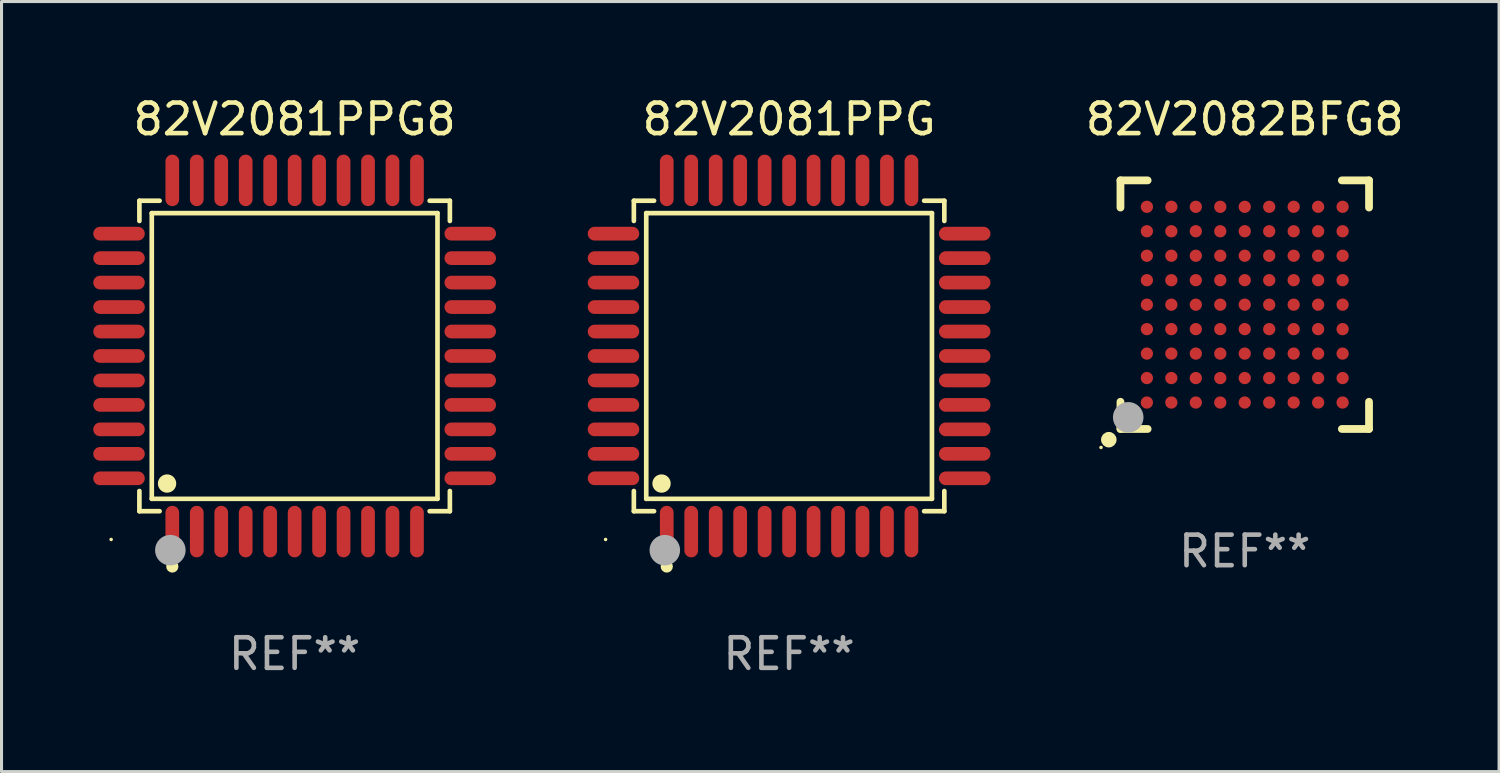
<source format=kicad_pcb>
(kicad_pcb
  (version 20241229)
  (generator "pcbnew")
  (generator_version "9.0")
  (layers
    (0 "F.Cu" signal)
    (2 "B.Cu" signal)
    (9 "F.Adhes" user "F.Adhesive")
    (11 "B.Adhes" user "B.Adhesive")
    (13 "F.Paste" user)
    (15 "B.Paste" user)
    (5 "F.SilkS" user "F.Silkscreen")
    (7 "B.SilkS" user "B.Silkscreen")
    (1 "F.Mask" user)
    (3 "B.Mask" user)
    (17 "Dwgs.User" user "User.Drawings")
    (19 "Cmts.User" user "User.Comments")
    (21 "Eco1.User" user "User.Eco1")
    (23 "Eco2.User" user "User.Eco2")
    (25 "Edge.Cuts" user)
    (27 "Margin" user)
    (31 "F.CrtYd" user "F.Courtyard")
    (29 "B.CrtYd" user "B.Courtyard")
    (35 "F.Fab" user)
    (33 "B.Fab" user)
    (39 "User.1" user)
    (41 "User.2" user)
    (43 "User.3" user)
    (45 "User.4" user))
  (footprint "82V2081PPG"
    (layer "F.Cu")
    (at 22.752 8.59)
    (property "Reference" "82V2081PPG" (at 0 -7.742 0) (layer "F.SilkS") (effects (font (size 1 1) (thickness 0.15))))
    (attr through_hole)
    (fp_line (start -5.076 -5.076) (end -4.415 -5.076) (stroke (width 0.152) (type solid)) (layer "F.SilkS"))
    (fp_line (start -5.076 -4.415) (end -5.076 -5.076) (stroke (width 0.152) (type solid)) (layer "F.SilkS"))
    (fp_line (start -5.076 4.415) (end -5.076 5.076) (stroke (width 0.152) (type solid)) (layer "F.SilkS"))
    (fp_line (start -5.076 5.076) (end -4.415 5.076) (stroke (width 0.152) (type solid)) (layer "F.SilkS"))
    (fp_line (start -4.671 -4.671) (end 4.671 -4.671) (stroke (width 0.152) (type solid)) (layer "F.SilkS"))
    (fp_line (start -4.671 4.671) (end -4.671 -4.671) (stroke (width 0.152) (type solid)) (layer "F.SilkS"))
    (fp_line (start 4.671 -4.671) (end 4.671 4.671) (stroke (width 0.152) (type solid)) (layer "F.SilkS"))
    (fp_line (start 4.671 4.671) (end -4.671 4.671) (stroke (width 0.152) (type solid)) (layer "F.SilkS"))
    (fp_line (start 5.076 -5.076) (end 4.415 -5.076) (stroke (width 0.152) (type solid)) (layer "F.SilkS"))
    (fp_line (start 5.076 -4.415) (end 5.076 -5.076) (stroke (width 0.152) (type solid)) (layer "F.SilkS"))
    (fp_line (start 5.076 4.415) (end 5.076 5.076) (stroke (width 0.152) (type solid)) (layer "F.SilkS"))
    (fp_line (start 5.076 5.076) (end 4.415 5.076) (stroke (width 0.152) (type solid)) (layer "F.SilkS"))
    (fp_circle (center -6 6) (end -5.97 6) (stroke (width 0.06) (type solid)) (fill no) (layer "F.SilkS"))
    (fp_circle (center -4.171 4.171) (end -4.021 4.171) (stroke (width 0.3) (type solid)) (fill no) (layer "F.SilkS"))
    (fp_circle (center -4 6.884) (end -3.9 6.884) (stroke (width 0.2) (type solid)) (fill no) (layer "F.SilkS"))
    (fp_circle (center -4.064 6.35) (end -3.814 6.35) (stroke (width 0.5) (type solid)) (fill no) (layer "F.Fab"))
    (fp_text user "REF**" (at 0 9.742 0) (layer "F.Fab") (effects (font (size 1 1) (thickness 0.15))))
    (pad "1" smd oval (at -4 5.742) (size 0.448 1.684) (layers "F.Cu" "F.Mask" "F.Paste"))
    (pad "2" smd oval (at -3.2 5.742) (size 0.448 1.684) (layers "F.Cu" "F.Mask" "F.Paste"))
    (pad "3" smd oval (at -2.4 5.742) (size 0.448 1.684) (layers "F.Cu" "F.Mask" "F.Paste"))
    (pad "4" smd oval (at -1.6 5.742) (size 0.448 1.684) (layers "F.Cu" "F.Mask" "F.Paste"))
    (pad "5" smd oval (at -0.8 5.742) (size 0.448 1.684) (layers "F.Cu" "F.Mask" "F.Paste"))
    (pad "6" smd oval (at 0 5.742) (size 0.448 1.684) (layers "F.Cu" "F.Mask" "F.Paste"))
    (pad "7" smd oval (at 0.8 5.742) (size 0.448 1.684) (layers "F.Cu" "F.Mask" "F.Paste"))
    (pad "8" smd oval (at 1.6 5.742) (size 0.448 1.684) (layers "F.Cu" "F.Mask" "F.Paste"))
    (pad "9" smd oval (at 2.4 5.742) (size 0.448 1.684) (layers "F.Cu" "F.Mask" "F.Paste"))
    (pad "10" smd oval (at 3.2 5.742) (size 0.448 1.684) (layers "F.Cu" "F.Mask" "F.Paste"))
    (pad "11" smd oval (at 4 5.742) (size 0.448 1.684) (layers "F.Cu" "F.Mask" "F.Paste"))
    (pad "12" smd oval (at 5.742 4) (size 1.684 0.448) (layers "F.Cu" "F.Mask" "F.Paste"))
    (pad "13" smd oval (at 5.742 3.2) (size 1.684 0.448) (layers "F.Cu" "F.Mask" "F.Paste"))
    (pad "14" smd oval (at 5.742 2.4) (size 1.684 0.448) (layers "F.Cu" "F.Mask" "F.Paste"))
    (pad "15" smd oval (at 5.742 1.6) (size 1.684 0.448) (layers "F.Cu" "F.Mask" "F.Paste"))
    (pad "16" smd oval (at 5.742 0.8) (size 1.684 0.448) (layers "F.Cu" "F.Mask" "F.Paste"))
    (pad "17" smd oval (at 5.742 0) (size 1.684 0.448) (layers "F.Cu" "F.Mask" "F.Paste"))
    (pad "18" smd oval (at 5.742 -0.8) (size 1.684 0.448) (layers "F.Cu" "F.Mask" "F.Paste"))
    (pad "19" smd oval (at 5.742 -1.6) (size 1.684 0.448) (layers "F.Cu" "F.Mask" "F.Paste"))
    (pad "20" smd oval (at 5.742 -2.4) (size 1.684 0.448) (layers "F.Cu" "F.Mask" "F.Paste"))
    (pad "21" smd oval (at 5.742 -3.2) (size 1.684 0.448) (layers "F.Cu" "F.Mask" "F.Paste"))
    (pad "22" smd oval (at 5.742 -4) (size 1.684 0.448) (layers "F.Cu" "F.Mask" "F.Paste"))
    (pad "23" smd oval (at 4 -5.742) (size 0.448 1.684) (layers "F.Cu" "F.Mask" "F.Paste"))
    (pad "24" smd oval (at 3.2 -5.742) (size 0.448 1.684) (layers "F.Cu" "F.Mask" "F.Paste"))
    (pad "25" smd oval (at 2.4 -5.742) (size 0.448 1.684) (layers "F.Cu" "F.Mask" "F.Paste"))
    (pad "26" smd oval (at 1.6 -5.742) (size 0.448 1.684) (layers "F.Cu" "F.Mask" "F.Paste"))
    (pad "27" smd oval (at 0.8 -5.742) (size 0.448 1.684) (layers "F.Cu" "F.Mask" "F.Paste"))
    (pad "28" smd oval (at 0 -5.742) (size 0.448 1.684) (layers "F.Cu" "F.Mask" "F.Paste"))
    (pad "29" smd oval (at -0.8 -5.742) (size 0.448 1.684) (layers "F.Cu" "F.Mask" "F.Paste"))
    (pad "30" smd oval (at -1.6 -5.742) (size 0.448 1.684) (layers "F.Cu" "F.Mask" "F.Paste"))
    (pad "31" smd oval (at -2.4 -5.742) (size 0.448 1.684) (layers "F.Cu" "F.Mask" "F.Paste"))
    (pad "32" smd oval (at -3.2 -5.742) (size 0.448 1.684) (layers "F.Cu" "F.Mask" "F.Paste"))
    (pad "33" smd oval (at -4 -5.742) (size 0.448 1.684) (layers "F.Cu" "F.Mask" "F.Paste"))
    (pad "34" smd oval (at -5.742 -4) (size 1.684 0.448) (layers "F.Cu" "F.Mask" "F.Paste"))
    (pad "35" smd oval (at -5.742 -3.2) (size 1.684 0.448) (layers "F.Cu" "F.Mask" "F.Paste"))
    (pad "36" smd oval (at -5.742 -2.4) (size 1.684 0.448) (layers "F.Cu" "F.Mask" "F.Paste"))
    (pad "37" smd oval (at -5.742 -1.6) (size 1.684 0.448) (layers "F.Cu" "F.Mask" "F.Paste"))
    (pad "38" smd oval (at -5.742 -0.8) (size 1.684 0.448) (layers "F.Cu" "F.Mask" "F.Paste"))
    (pad "39" smd oval (at -5.742 0) (size 1.684 0.448) (layers "F.Cu" "F.Mask" "F.Paste"))
    (pad "40" smd oval (at -5.742 0.8) (size 1.684 0.448) (layers "F.Cu" "F.Mask" "F.Paste"))
    (pad "41" smd oval (at -5.742 1.6) (size 1.684 0.448) (layers "F.Cu" "F.Mask" "F.Paste"))
    (pad "42" smd oval (at -5.742 2.4) (size 1.684 0.448) (layers "F.Cu" "F.Mask" "F.Paste"))
    (pad "43" smd oval (at -5.742 3.2) (size 1.684 0.448) (layers "F.Cu" "F.Mask" "F.Paste"))
    (pad "44" smd oval (at -5.742 4) (size 1.684 0.448) (layers "F.Cu" "F.Mask" "F.Paste")))
  (footprint "82V2082BFG8"
    (layer "F.Cu")
    (at 37.651 6.912)
    (property "Reference" "82V2082BFG8" (at 0 -6.064 0) (layer "F.SilkS") (effects (font (size 1 1) (thickness 0.15))))
    (attr through_hole)
    (fp_line (start -4.064 -4.064) (end -4.064 -3.175) (stroke (width 0.254) (type solid)) (layer "F.SilkS"))
    (fp_line (start -4.064 3.175) (end -4.064 4.064) (stroke (width 0.254) (type solid)) (layer "F.SilkS"))
    (fp_line (start -4.064 4.064) (end -3.175 4.064) (stroke (width 0.254) (type solid)) (layer "F.SilkS"))
    (fp_line (start -3.175 -4.064) (end -4.064 -4.064) (stroke (width 0.254) (type solid)) (layer "F.SilkS"))
    (fp_line (start 3.175 4.064) (end 4.064 4.064) (stroke (width 0.254) (type solid)) (layer "F.SilkS"))
    (fp_line (start 4.064 -4.064) (end 3.175 -4.064) (stroke (width 0.254) (type solid)) (layer "F.SilkS"))
    (fp_line (start 4.064 -3.175) (end 4.064 -4.064) (stroke (width 0.254) (type solid)) (layer "F.SilkS"))
    (fp_line (start 4.064 4.064) (end 4.064 3.175) (stroke (width 0.254) (type solid)) (layer "F.SilkS"))
    (fp_circle (center -4.699 4.669) (end -4.669 4.669) (stroke (width 0.06) (type solid)) (fill no) (layer "F.SilkS"))
    (fp_circle (center -4.445 4.415) (end -4.318 4.415) (stroke (width 0.254) (type solid)) (fill no) (layer "F.SilkS"))
    (fp_circle (center -3.81 3.683) (end -3.56 3.683) (stroke (width 0.5) (type solid)) (fill no) (layer "F.Fab"))
    (fp_text user "REF**" (at 0 8.064 0) (layer "F.Fab") (effects (font (size 1 1) (thickness 0.15))))
    (pad "A1" smd circle (at -3.2 3.2) (size 0.4 0.4) (layers "F.Cu" "F.Mask" "F.Paste"))
    (pad "A2" smd circle (at -2.4 3.2) (size 0.4 0.4) (layers "F.Cu" "F.Mask" "F.Paste"))
    (pad "A3" smd circle (at -1.6 3.2) (size 0.4 0.4) (layers "F.Cu" "F.Mask" "F.Paste"))
    (pad "A4" smd circle (at -0.8 3.2) (size 0.4 0.4) (layers "F.Cu" "F.Mask" "F.Paste"))
    (pad "A5" smd circle (at -0.000102 3.2) (size 0.4 0.4) (layers "F.Cu" "F.Mask" "F.Paste"))
    (pad "A6" smd circle (at 0.8 3.2) (size 0.4 0.4) (layers "F.Cu" "F.Mask" "F.Paste"))
    (pad "A7" smd circle (at 1.6 3.2) (size 0.4 0.4) (layers "F.Cu" "F.Mask" "F.Paste"))
    (pad "A8" smd circle (at 2.4 3.2) (size 0.4 0.4) (layers "F.Cu" "F.Mask" "F.Paste"))
    (pad "A9" smd circle (at 3.2 3.2) (size 0.4 0.4) (layers "F.Cu" "F.Mask" "F.Paste"))
    (pad "B1" smd circle (at -3.2 2.4) (size 0.4 0.4) (layers "F.Cu" "F.Mask" "F.Paste"))
    (pad "B2" smd circle (at -2.4 2.4) (size 0.4 0.4) (layers "F.Cu" "F.Mask" "F.Paste"))
    (pad "B3" smd circle (at -1.6 2.4) (size 0.4 0.4) (layers "F.Cu" "F.Mask" "F.Paste"))
    (pad "B4" smd circle (at -0.8 2.4) (size 0.4 0.4) (layers "F.Cu" "F.Mask" "F.Paste"))
    (pad "B5" smd circle (at -0.000102 2.4) (size 0.4 0.4) (layers "F.Cu" "F.Mask" "F.Paste"))
    (pad "B6" smd circle (at 0.8 2.4) (size 0.4 0.4) (layers "F.Cu" "F.Mask" "F.Paste"))
    (pad "B7" smd circle (at 1.6 2.4) (size 0.4 0.4) (layers "F.Cu" "F.Mask" "F.Paste"))
    (pad "B8" smd circle (at 2.4 2.4) (size 0.4 0.4) (layers "F.Cu" "F.Mask" "F.Paste"))
    (pad "B9" smd circle (at 3.2 2.4) (size 0.4 0.4) (layers "F.Cu" "F.Mask" "F.Paste"))
    (pad "C1" smd circle (at -3.2 1.6) (size 0.4 0.4) (layers "F.Cu" "F.Mask" "F.Paste"))
    (pad "C2" smd circle (at -2.4 1.6) (size 0.4 0.4) (layers "F.Cu" "F.Mask" "F.Paste"))
    (pad "C3" smd circle (at -1.6 1.6) (size 0.4 0.4) (layers "F.Cu" "F.Mask" "F.Paste"))
    (pad "C4" smd circle (at -0.8 1.6) (size 0.4 0.4) (layers "F.Cu" "F.Mask" "F.Paste"))
    (pad "C5" smd circle (at -0.000102 1.6) (size 0.4 0.4) (layers "F.Cu" "F.Mask" "F.Paste"))
    (pad "C6" smd circle (at 0.8 1.6) (size 0.4 0.4) (layers "F.Cu" "F.Mask" "F.Paste"))
    (pad "C7" smd circle (at 1.6 1.6) (size 0.4 0.4) (layers "F.Cu" "F.Mask" "F.Paste"))
    (pad "C8" smd circle (at 2.4 1.6) (size 0.4 0.4) (layers "F.Cu" "F.Mask" "F.Paste"))
    (pad "C9" smd circle (at 3.2 1.6) (size 0.4 0.4) (layers "F.Cu" "F.Mask" "F.Paste"))
    (pad "D1" smd circle (at -3.2 0.8) (size 0.4 0.4) (layers "F.Cu" "F.Mask" "F.Paste"))
    (pad "D2" smd circle (at -2.4 0.8) (size 0.4 0.4) (layers "F.Cu" "F.Mask" "F.Paste"))
    (pad "D3" smd circle (at -1.6 0.8) (size 0.4 0.4) (layers "F.Cu" "F.Mask" "F.Paste"))
    (pad "D4" smd circle (at -0.8 0.8) (size 0.4 0.4) (layers "F.Cu" "F.Mask" "F.Paste"))
    (pad "D5" smd circle (at -0.000102 0.8) (size 0.4 0.4) (layers "F.Cu" "F.Mask" "F.Paste"))
    (pad "D6" smd circle (at 0.8 0.8) (size 0.4 0.4) (layers "F.Cu" "F.Mask" "F.Paste"))
    (pad "D7" smd circle (at 1.6 0.8) (size 0.4 0.4) (layers "F.Cu" "F.Mask" "F.Paste"))
    (pad "D8" smd circle (at 2.4 0.8) (size 0.4 0.4) (layers "F.Cu" "F.Mask" "F.Paste"))
    (pad "D9" smd circle (at 3.2 0.8) (size 0.4 0.4) (layers "F.Cu" "F.Mask" "F.Paste"))
    (pad "E1" smd circle (at -3.2 0.000102) (size 0.4 0.4) (layers "F.Cu" "F.Mask" "F.Paste"))
    (pad "E2" smd circle (at -2.4 0.000102) (size 0.4 0.4) (layers "F.Cu" "F.Mask" "F.Paste"))
    (pad "E3" smd circle (at -1.6 0.000102) (size 0.4 0.4) (layers "F.Cu" "F.Mask" "F.Paste"))
    (pad "E4" smd circle (at -0.8 0.000102) (size 0.4 0.4) (layers "F.Cu" "F.Mask" "F.Paste"))
    (pad "E5" smd circle (at -0.000102 0.000102) (size 0.4 0.4) (layers "F.Cu" "F.Mask" "F.Paste"))
    (pad "E6" smd circle (at 0.8 0.000102) (size 0.4 0.4) (layers "F.Cu" "F.Mask" "F.Paste"))
    (pad "E7" smd circle (at 1.6 0.000102) (size 0.4 0.4) (layers "F.Cu" "F.Mask" "F.Paste"))
    (pad "E8" smd circle (at 2.4 0.000102) (size 0.4 0.4) (layers "F.Cu" "F.Mask" "F.Paste"))
    (pad "E9" smd circle (at 3.2 0.000102) (size 0.4 0.4) (layers "F.Cu" "F.Mask" "F.Paste"))
    (pad "F1" smd circle (at -3.2 -0.8) (size 0.4 0.4) (layers "F.Cu" "F.Mask" "F.Paste"))
    (pad "F2" smd circle (at -2.4 -0.8) (size 0.4 0.4) (layers "F.Cu" "F.Mask" "F.Paste"))
    (pad "F3" smd circle (at -1.6 -0.8) (size 0.4 0.4) (layers "F.Cu" "F.Mask" "F.Paste"))
    (pad "F4" smd circle (at -0.8 -0.8) (size 0.4 0.4) (layers "F.Cu" "F.Mask" "F.Paste"))
    (pad "F5" smd circle (at -0.000102 -0.8) (size 0.4 0.4) (layers "F.Cu" "F.Mask" "F.Paste"))
    (pad "F6" smd circle (at 0.8 -0.8) (size 0.4 0.4) (layers "F.Cu" "F.Mask" "F.Paste"))
    (pad "F7" smd circle (at 1.6 -0.8) (size 0.4 0.4) (layers "F.Cu" "F.Mask" "F.Paste"))
    (pad "F8" smd circle (at 2.4 -0.8) (size 0.4 0.4) (layers "F.Cu" "F.Mask" "F.Paste"))
    (pad "F9" smd circle (at 3.2 -0.8) (size 0.4 0.4) (layers "F.Cu" "F.Mask" "F.Paste"))
    (pad "G1" smd circle (at -3.2 -1.6) (size 0.4 0.4) (layers "F.Cu" "F.Mask" "F.Paste"))
    (pad "G2" smd circle (at -2.4 -1.6) (size 0.4 0.4) (layers "F.Cu" "F.Mask" "F.Paste"))
    (pad "G3" smd circle (at -1.6 -1.6) (size 0.4 0.4) (layers "F.Cu" "F.Mask" "F.Paste"))
    (pad "G4" smd circle (at -0.8 -1.6) (size 0.4 0.4) (layers "F.Cu" "F.Mask" "F.Paste"))
    (pad "G5" smd circle (at -0.000102 -1.6) (size 0.4 0.4) (layers "F.Cu" "F.Mask" "F.Paste"))
    (pad "G6" smd circle (at 0.8 -1.6) (size 0.4 0.4) (layers "F.Cu" "F.Mask" "F.Paste"))
    (pad "G7" smd circle (at 1.6 -1.6) (size 0.4 0.4) (layers "F.Cu" "F.Mask" "F.Paste"))
    (pad "G8" smd circle (at 2.4 -1.6) (size 0.4 0.4) (layers "F.Cu" "F.Mask" "F.Paste"))
    (pad "G9" smd circle (at 3.2 -1.6) (size 0.4 0.4) (layers "F.Cu" "F.Mask" "F.Paste"))
    (pad "H1" smd circle (at -3.2 -2.4) (size 0.4 0.4) (layers "F.Cu" "F.Mask" "F.Paste"))
    (pad "H2" smd circle (at -2.4 -2.4) (size 0.4 0.4) (layers "F.Cu" "F.Mask" "F.Paste"))
    (pad "H3" smd circle (at -1.6 -2.4) (size 0.4 0.4) (layers "F.Cu" "F.Mask" "F.Paste"))
    (pad "H4" smd circle (at -0.8 -2.4) (size 0.4 0.4) (layers "F.Cu" "F.Mask" "F.Paste"))
    (pad "H5" smd circle (at -0.000102 -2.4) (size 0.4 0.4) (layers "F.Cu" "F.Mask" "F.Paste"))
    (pad "H6" smd circle (at 0.8 -2.4) (size 0.4 0.4) (layers "F.Cu" "F.Mask" "F.Paste"))
    (pad "H7" smd circle (at 1.6 -2.4) (size 0.4 0.4) (layers "F.Cu" "F.Mask" "F.Paste"))
    (pad "H8" smd circle (at 2.4 -2.4) (size 0.4 0.4) (layers "F.Cu" "F.Mask" "F.Paste"))
    (pad "H9" smd circle (at 3.2 -2.4) (size 0.4 0.4) (layers "F.Cu" "F.Mask" "F.Paste"))
    (pad "J1" smd circle (at -3.2 -3.2) (size 0.4 0.4) (layers "F.Cu" "F.Mask" "F.Paste"))
    (pad "J2" smd circle (at -2.4 -3.2) (size 0.4 0.4) (layers "F.Cu" "F.Mask" "F.Paste"))
    (pad "J3" smd circle (at -1.6 -3.2) (size 0.4 0.4) (layers "F.Cu" "F.Mask" "F.Paste"))
    (pad "J4" smd circle (at -0.8 -3.2) (size 0.4 0.4) (layers "F.Cu" "F.Mask" "F.Paste"))
    (pad "J5" smd circle (at -0.000102 -3.2) (size 0.4 0.4) (layers "F.Cu" "F.Mask" "F.Paste"))
    (pad "J6" smd circle (at 0.8 -3.2) (size 0.4 0.4) (layers "F.Cu" "F.Mask" "F.Paste"))
    (pad "J7" smd circle (at 1.6 -3.2) (size 0.4 0.4) (layers "F.Cu" "F.Mask" "F.Paste"))
    (pad "J8" smd circle (at 2.4 -3.2) (size 0.4 0.4) (layers "F.Cu" "F.Mask" "F.Paste"))
    (pad "J9" smd circle (at 3.2 -3.2) (size 0.4 0.4) (layers "F.Cu" "F.Mask" "F.Paste")))
  (footprint "82V2081PPG8"
    (layer "F.Cu")
    (at 6.584 8.59)
    (property "Reference" "82V2081PPG8" (at 0 -7.742 0) (layer "F.SilkS") (effects (font (size 1 1) (thickness 0.15))))
    (attr through_hole)
    (fp_line (start -5.076 -5.076) (end -4.415 -5.076) (stroke (width 0.152) (type solid)) (layer "F.SilkS"))
    (fp_line (start -5.076 -4.415) (end -5.076 -5.076) (stroke (width 0.152) (type solid)) (layer "F.SilkS"))
    (fp_line (start -5.076 4.415) (end -5.076 5.076) (stroke (width 0.152) (type solid)) (layer "F.SilkS"))
    (fp_line (start -5.076 5.076) (end -4.415 5.076) (stroke (width 0.152) (type solid)) (layer "F.SilkS"))
    (fp_line (start -4.671 -4.671) (end 4.671 -4.671) (stroke (width 0.152) (type solid)) (layer "F.SilkS"))
    (fp_line (start -4.671 4.671) (end -4.671 -4.671) (stroke (width 0.152) (type solid)) (layer "F.SilkS"))
    (fp_line (start 4.671 -4.671) (end 4.671 4.671) (stroke (width 0.152) (type solid)) (layer "F.SilkS"))
    (fp_line (start 4.671 4.671) (end -4.671 4.671) (stroke (width 0.152) (type solid)) (layer "F.SilkS"))
    (fp_line (start 5.076 -5.076) (end 4.415 -5.076) (stroke (width 0.152) (type solid)) (layer "F.SilkS"))
    (fp_line (start 5.076 -4.415) (end 5.076 -5.076) (stroke (width 0.152) (type solid)) (layer "F.SilkS"))
    (fp_line (start 5.076 4.415) (end 5.076 5.076) (stroke (width 0.152) (type solid)) (layer "F.SilkS"))
    (fp_line (start 5.076 5.076) (end 4.415 5.076) (stroke (width 0.152) (type solid)) (layer "F.SilkS"))
    (fp_circle (center -6 6) (end -5.97 6) (stroke (width 0.06) (type solid)) (fill no) (layer "F.SilkS"))
    (fp_circle (center -4.171 4.171) (end -4.021 4.171) (stroke (width 0.3) (type solid)) (fill no) (layer "F.SilkS"))
    (fp_circle (center -4 6.884) (end -3.9 6.884) (stroke (width 0.2) (type solid)) (fill no) (layer "F.SilkS"))
    (fp_circle (center -4.064 6.35) (end -3.814 6.35) (stroke (width 0.5) (type solid)) (fill no) (layer "F.Fab"))
    (fp_text user "REF**" (at 0 9.742 0) (layer "F.Fab") (effects (font (size 1 1) (thickness 0.15))))
    (pad "1" smd oval (at -4 5.742) (size 0.448 1.684) (layers "F.Cu" "F.Mask" "F.Paste"))
    (pad "2" smd oval (at -3.2 5.742) (size 0.448 1.684) (layers "F.Cu" "F.Mask" "F.Paste"))
    (pad "3" smd oval (at -2.4 5.742) (size 0.448 1.684) (layers "F.Cu" "F.Mask" "F.Paste"))
    (pad "4" smd oval (at -1.6 5.742) (size 0.448 1.684) (layers "F.Cu" "F.Mask" "F.Paste"))
    (pad "5" smd oval (at -0.8 5.742) (size 0.448 1.684) (layers "F.Cu" "F.Mask" "F.Paste"))
    (pad "6" smd oval (at 0 5.742) (size 0.448 1.684) (layers "F.Cu" "F.Mask" "F.Paste"))
    (pad "7" smd oval (at 0.8 5.742) (size 0.448 1.684) (layers "F.Cu" "F.Mask" "F.Paste"))
    (pad "8" smd oval (at 1.6 5.742) (size 0.448 1.684) (layers "F.Cu" "F.Mask" "F.Paste"))
    (pad "9" smd oval (at 2.4 5.742) (size 0.448 1.684) (layers "F.Cu" "F.Mask" "F.Paste"))
    (pad "10" smd oval (at 3.2 5.742) (size 0.448 1.684) (layers "F.Cu" "F.Mask" "F.Paste"))
    (pad "11" smd oval (at 4 5.742) (size 0.448 1.684) (layers "F.Cu" "F.Mask" "F.Paste"))
    (pad "12" smd oval (at 5.742 4) (size 1.684 0.448) (layers "F.Cu" "F.Mask" "F.Paste"))
    (pad "13" smd oval (at 5.742 3.2) (size 1.684 0.448) (layers "F.Cu" "F.Mask" "F.Paste"))
    (pad "14" smd oval (at 5.742 2.4) (size 1.684 0.448) (layers "F.Cu" "F.Mask" "F.Paste"))
    (pad "15" smd oval (at 5.742 1.6) (size 1.684 0.448) (layers "F.Cu" "F.Mask" "F.Paste"))
    (pad "16" smd oval (at 5.742 0.8) (size 1.684 0.448) (layers "F.Cu" "F.Mask" "F.Paste"))
    (pad "17" smd oval (at 5.742 0) (size 1.684 0.448) (layers "F.Cu" "F.Mask" "F.Paste"))
    (pad "18" smd oval (at 5.742 -0.8) (size 1.684 0.448) (layers "F.Cu" "F.Mask" "F.Paste"))
    (pad "19" smd oval (at 5.742 -1.6) (size 1.684 0.448) (layers "F.Cu" "F.Mask" "F.Paste"))
    (pad "20" smd oval (at 5.742 -2.4) (size 1.684 0.448) (layers "F.Cu" "F.Mask" "F.Paste"))
    (pad "21" smd oval (at 5.742 -3.2) (size 1.684 0.448) (layers "F.Cu" "F.Mask" "F.Paste"))
    (pad "22" smd oval (at 5.742 -4) (size 1.684 0.448) (layers "F.Cu" "F.Mask" "F.Paste"))
    (pad "23" smd oval (at 4 -5.742) (size 0.448 1.684) (layers "F.Cu" "F.Mask" "F.Paste"))
    (pad "24" smd oval (at 3.2 -5.742) (size 0.448 1.684) (layers "F.Cu" "F.Mask" "F.Paste"))
    (pad "25" smd oval (at 2.4 -5.742) (size 0.448 1.684) (layers "F.Cu" "F.Mask" "F.Paste"))
    (pad "26" smd oval (at 1.6 -5.742) (size 0.448 1.684) (layers "F.Cu" "F.Mask" "F.Paste"))
    (pad "27" smd oval (at 0.8 -5.742) (size 0.448 1.684) (layers "F.Cu" "F.Mask" "F.Paste"))
    (pad "28" smd oval (at 0 -5.742) (size 0.448 1.684) (layers "F.Cu" "F.Mask" "F.Paste"))
    (pad "29" smd oval (at -0.8 -5.742) (size 0.448 1.684) (layers "F.Cu" "F.Mask" "F.Paste"))
    (pad "30" smd oval (at -1.6 -5.742) (size 0.448 1.684) (layers "F.Cu" "F.Mask" "F.Paste"))
    (pad "31" smd oval (at -2.4 -5.742) (size 0.448 1.684) (layers "F.Cu" "F.Mask" "F.Paste"))
    (pad "32" smd oval (at -3.2 -5.742) (size 0.448 1.684) (layers "F.Cu" "F.Mask" "F.Paste"))
    (pad "33" smd oval (at -4 -5.742) (size 0.448 1.684) (layers "F.Cu" "F.Mask" "F.Paste"))
    (pad "34" smd oval (at -5.742 -4) (size 1.684 0.448) (layers "F.Cu" "F.Mask" "F.Paste"))
    (pad "35" smd oval (at -5.742 -3.2) (size 1.684 0.448) (layers "F.Cu" "F.Mask" "F.Paste"))
    (pad "36" smd oval (at -5.742 -2.4) (size 1.684 0.448) (layers "F.Cu" "F.Mask" "F.Paste"))
    (pad "37" smd oval (at -5.742 -1.6) (size 1.684 0.448) (layers "F.Cu" "F.Mask" "F.Paste"))
    (pad "38" smd oval (at -5.742 -0.8) (size 1.684 0.448) (layers "F.Cu" "F.Mask" "F.Paste"))
    (pad "39" smd oval (at -5.742 0) (size 1.684 0.448) (layers "F.Cu" "F.Mask" "F.Paste"))
    (pad "40" smd oval (at -5.742 0.8) (size 1.684 0.448) (layers "F.Cu" "F.Mask" "F.Paste"))
    (pad "41" smd oval (at -5.742 1.6) (size 1.684 0.448) (layers "F.Cu" "F.Mask" "F.Paste"))
    (pad "42" smd oval (at -5.742 2.4) (size 1.684 0.448) (layers "F.Cu" "F.Mask" "F.Paste"))
    (pad "43" smd oval (at -5.742 3.2) (size 1.684 0.448) (layers "F.Cu" "F.Mask" "F.Paste"))
    (pad "44" smd oval (at -5.742 4) (size 1.684 0.448) (layers "F.Cu" "F.Mask" "F.Paste")))
  (gr_rect
    (start -3 -3)
    (end 45.967 22.18)
    (stroke (width 0.1) (type default))
    (fill no)
    (layer "Edge.Cuts")))
</source>
